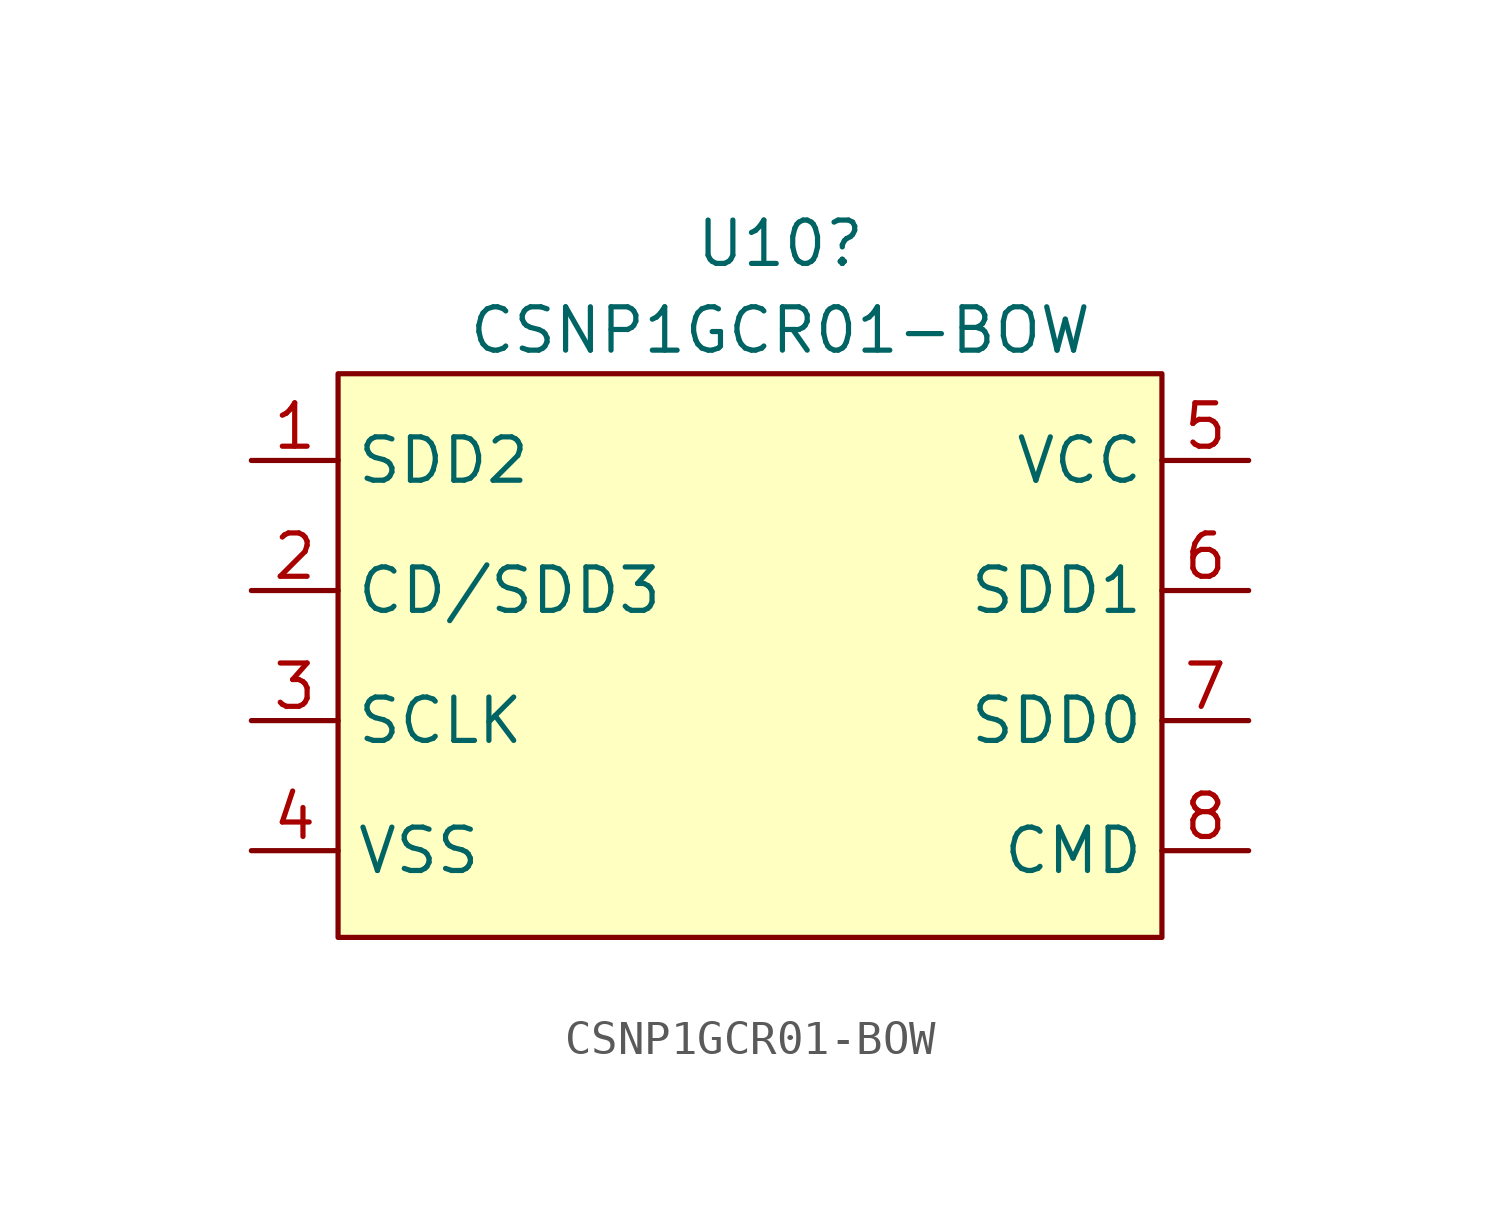
<source format=kicad_sym>
(kicad_symbol_lib
  (version 20241209)
  (generator "kicad_symbol_editor")
  (generator_version "9.0")
  (symbol "CSNP1GCR01-BOW"
    (property "Reference" "U10"
      (at 0.254 11.43 0)
      (effects (font (size 1.27 1.27))))
    (property "Value" "CSNP1GCR01-BOW"
      (at 0.254 8.89 0)
      (effects (font (size 1.27 1.27))))
    (symbol "CSNP1GCR01-BOW_0_1"
      (rectangle (start -12.7 7.62) (end 11.43 -8.89) (stroke (width 0) (type default)) (fill (type color) (color 255 255 194 1))))
    (symbol "CSNP1GCR01-BOW_1_1"
      (pin input line (at -15.24 5.08 0) (length 2.54) (name "SDD2" (effects (font (size 1.27 1.27)))) (number "1" (effects (font (size 1.27 1.27)))))
      (pin input line (at -15.24 1.27 0) (length 2.54) (name "CD/SDD3" (effects (font (size 1.27 1.27)))) (number "2" (effects (font (size 1.27 1.27)))))
      (pin input line (at -15.24 -2.54 0) (length 2.54) (name "SCLK" (effects (font (size 1.27 1.27)))) (number "3" (effects (font (size 1.27 1.27)))))
      (pin input line (at -15.24 -6.35 0) (length 2.54) (name "VSS" (effects (font (size 1.27 1.27)))) (number "4" (effects (font (size 1.27 1.27)))))
      (pin input line (at 13.97 5.08 180) (length 2.54) (name "VCC" (effects (font (size 1.27 1.27)))) (number "5" (effects (font (size 1.27 1.27)))))
      (pin input line (at 13.97 1.27 180) (length 2.54) (name "SDD1" (effects (font (size 1.27 1.27)))) (number "6" (effects (font (size 1.27 1.27)))))
      (pin input line (at 13.97 -2.54 180) (length 2.54) (name "SDD0" (effects (font (size 1.27 1.27)))) (number "7" (effects (font (size 1.27 1.27)))))
      (pin input line (at 13.97 -6.35 180) (length 2.54) (name "CMD" (effects (font (size 1.27 1.27)))) (number "8" (effects (font (size 1.27 1.27))))))))
</source>
